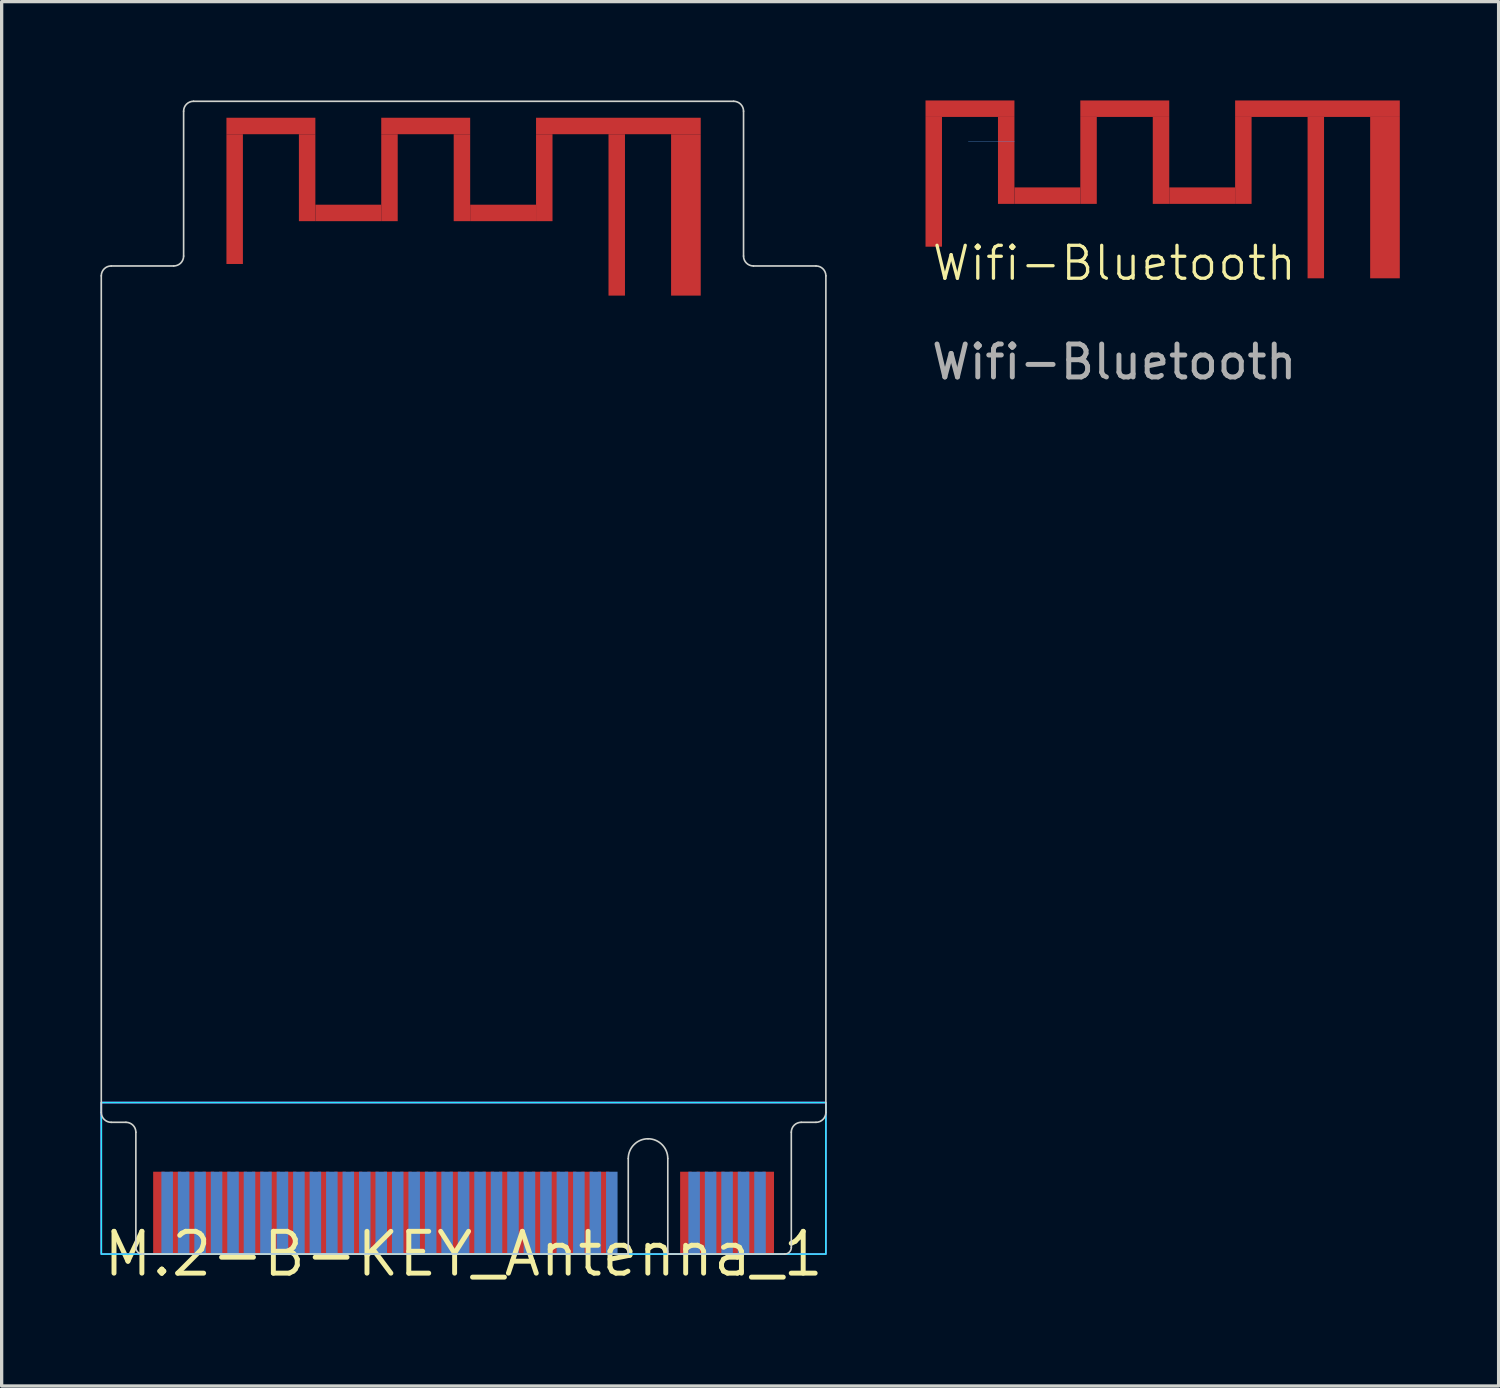
<source format=kicad_pcb>
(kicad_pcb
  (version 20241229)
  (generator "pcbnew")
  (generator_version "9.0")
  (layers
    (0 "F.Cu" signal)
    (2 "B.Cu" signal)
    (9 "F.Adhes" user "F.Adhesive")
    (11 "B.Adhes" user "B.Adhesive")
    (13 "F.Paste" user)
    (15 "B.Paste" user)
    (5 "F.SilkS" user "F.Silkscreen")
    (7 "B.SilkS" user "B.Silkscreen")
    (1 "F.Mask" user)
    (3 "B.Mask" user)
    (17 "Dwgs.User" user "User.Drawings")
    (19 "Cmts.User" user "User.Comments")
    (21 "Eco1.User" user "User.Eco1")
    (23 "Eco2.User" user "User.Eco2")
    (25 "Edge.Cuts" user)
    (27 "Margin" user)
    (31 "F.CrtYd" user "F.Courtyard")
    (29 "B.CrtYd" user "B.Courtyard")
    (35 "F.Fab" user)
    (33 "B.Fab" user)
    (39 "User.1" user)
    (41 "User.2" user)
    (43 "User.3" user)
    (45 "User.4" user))
  (footprint "Wifi-Bluetooth"
    (layer "F.Cu")
    (at 30.78 5.44)
    (property "Reference" "Wifi-Bluetooth" (at 0 -0.5 0) (unlocked yes) (layer "F.SilkS") (effects (font (size 1 1) (thickness 0.1))))
    (attr smd)
    (fp_line (start -4.43 -4.19) (end -3.03 -4.19) (stroke (width 0.01) (type default)) (layer "Cmts.User"))
    (fp_text user "${REFERENCE}" (at 0 2.5 0) (unlocked yes) (layer "F.Fab") (effects (font (size 1 1) (thickness 0.15))))
    (pad "1" smd rect (at 8.22 -2.49) (size 0.9 4.9) (layers "F.Cu"))
    (pad "2" smd rect (at -5.48 -2.97 270) (size 3.94 0.5) (layers "F.Cu"))
    (pad "2" smd rect (at -4.38 -5.19 270) (size 0.5 2.7) (layers "F.Cu"))
    (pad "2" smd rect (at -3.28 -3.62) (size 0.5 2.64) (layers "F.Cu"))
    (pad "2" smd rect (at -2.03 -2.55) (size 2 0.5) (layers "F.Cu"))
    (pad "2" smd rect (at -0.78 -3.62) (size 0.5 2.64) (layers "F.Cu"))
    (pad "2" smd rect (at 0.32 -5.19 270) (size 0.5 2.7) (layers "F.Cu"))
    (pad "2" smd rect (at 1.42 -3.62) (size 0.5 2.64) (layers "F.Cu"))
    (pad "2" smd rect (at 2.67 -2.55) (size 2 0.5) (layers "F.Cu"))
    (pad "2" smd rect (at 3.92 -3.62) (size 0.5 2.64) (layers "F.Cu"))
    (pad "2" smd rect (at 6.12 -2.49) (size 0.5 4.9) (layers "F.Cu"))
    (pad "2" smd rect (at 6.17 -5.19 270) (size 0.5 5) (layers "F.Cu")))
  (footprint "M.2-B-KEY_Antenna_1"
    (layer "F.Cu")
    (at 11.025 35.025)
    (property "Reference" "M.2-B-KEY_Antenna_1" (at 0 0 0) (layer "F.SilkS") (effects (font (size 1.27 1.27) (thickness 0.15))))
    (attr through_hole)
    (fp_line (start -11 -4.3) (end -11 -29.7) (stroke (width 0.05) (type default)) (layer "Edge.Cuts"))
    (fp_line (start -10.7 -30) (end -8.8 -30) (stroke (width 0.05) (type default)) (layer "Edge.Cuts"))
    (fp_line (start -10.7 -4) (end -10.25 -4) (stroke (width 0.05) (type default)) (layer "Edge.Cuts"))
    (fp_line (start -9.95 -3.7) (end -9.95 -0.2) (stroke (width 0.05) (type solid)) (layer "Edge.Cuts"))
    (fp_line (start -9.75 0) (end 5 0) (stroke (width 0.05) (type solid)) (layer "Edge.Cuts"))
    (fp_line (start -8.5 -34.7) (end -8.5 -30.3) (stroke (width 0.05) (type default)) (layer "Edge.Cuts"))
    (fp_line (start -8.2 -35) (end 8.2 -35) (stroke (width 0.05) (type default)) (layer "Edge.Cuts"))
    (fp_line (start 5 -2.9) (end 5 0) (stroke (width 0.05) (type solid)) (layer "Edge.Cuts"))
    (fp_line (start 6.2 -2.9) (end 6.2 0) (stroke (width 0.05) (type solid)) (layer "Edge.Cuts"))
    (fp_line (start 6.2 0) (end 9.75 0) (stroke (width 0.05) (type solid)) (layer "Edge.Cuts"))
    (fp_line (start 8.5 -34.7) (end 8.5 -30.3) (stroke (width 0.05) (type default)) (layer "Edge.Cuts"))
    (fp_line (start 8.8 -30) (end 10.7 -30) (stroke (width 0.05) (type default)) (layer "Edge.Cuts"))
    (fp_line (start 9.95 -0.2) (end 9.95 -3.7) (stroke (width 0.05) (type solid)) (layer "Edge.Cuts"))
    (fp_line (start 10.25 -4) (end 10.7 -4) (stroke (width 0.05) (type default)) (layer "Edge.Cuts"))
    (fp_line (start 11 -4.3) (end 11 -29.7) (stroke (width 0.05) (type default)) (layer "Edge.Cuts"))
    (fp_arc (start -11 -29.7) (mid -10.912132 -29.912132) (end -10.7 -30) (stroke (width 0.05) (type default)) (layer "Edge.Cuts"))
    (fp_arc (start -10.7 -4) (mid -10.912132 -4.087868) (end -11 -4.3) (stroke (width 0.05) (type default)) (layer "Edge.Cuts"))
    (fp_arc (start -10.25 -4) (mid -10.037868 -3.912132) (end -9.95 -3.7) (stroke (width 0.05) (type default)) (layer "Edge.Cuts"))
    (fp_arc (start -9.75 0) (mid -9.891421 -0.058579) (end -9.95 -0.2) (stroke (width 0.05) (type solid)) (layer "Edge.Cuts"))
    (fp_arc (start -8.5 -34.7) (mid -8.412132 -34.912132) (end -8.2 -35) (stroke (width 0.05) (type default)) (layer "Edge.Cuts"))
    (fp_arc (start -8.5 -30.3) (mid -8.587868 -30.087868) (end -8.8 -30) (stroke (width 0.05) (type default)) (layer "Edge.Cuts"))
    (fp_arc (start 5 -2.9) (mid 5.175736 -3.324264) (end 5.6 -3.5) (stroke (width 0.05) (type solid)) (layer "Edge.Cuts"))
    (fp_arc (start 5.6 -3.5) (mid 6.024264 -3.324264) (end 6.2 -2.9) (stroke (width 0.05) (type solid)) (layer "Edge.Cuts"))
    (fp_arc (start 8.2 -35) (mid 8.412132 -34.912132) (end 8.5 -34.7) (stroke (width 0.05) (type default)) (layer "Edge.Cuts"))
    (fp_arc (start 8.8 -30) (mid 8.587868 -30.087868) (end 8.5 -30.3) (stroke (width 0.05) (type default)) (layer "Edge.Cuts"))
    (fp_arc (start 9.95 -3.7) (mid 10.037868 -3.912132) (end 10.25 -4) (stroke (width 0.05) (type default)) (layer "Edge.Cuts"))
    (fp_arc (start 9.95 -0.2) (mid 9.891421 -0.058579) (end 9.75 0) (stroke (width 0.05) (type solid)) (layer "Edge.Cuts"))
    (fp_arc (start 10.7 -30) (mid 10.912132 -29.912132) (end 11 -29.7) (stroke (width 0.05) (type default)) (layer "Edge.Cuts"))
    (fp_arc (start 11 -4.3) (mid 10.912132 -4.087868) (end 10.7 -4) (stroke (width 0.05) (type default)) (layer "Edge.Cuts"))
    (fp_rect (start -11 -4.6) (end 11 0) (stroke (width 0.05) (type default)) (fill no) (layer "B.CrtYd"))
    (fp_rect (start -11 -4.6) (end 11 0) (stroke (width 0.05) (type default)) (fill no) (layer "F.CrtYd"))
    (fp_rect (start -11 -29.6) (end 11 -24.6) (stroke (width 0.01) (type default)) (fill no) (layer "User.2"))
    (pad "1" smd rect (at 9.25 -1.25) (size 0.35 2.5) (layers "F.Cu" "F.Mask" "F.Paste"))
    (pad "2" smd rect (at 9 -1.25) (size 0.35 2.5) (layers "B.Cu" "B.Mask" "B.Paste"))
    (pad "3" smd rect (at 8.75 -1.25) (size 0.35 2.5) (layers "F.Cu" "F.Mask" "F.Paste"))
    (pad "4" smd rect (at 8.5 -1.25) (size 0.35 2.5) (layers "B.Cu" "B.Mask" "B.Paste"))
    (pad "5" smd rect (at 8.25 -1.25) (size 0.35 2.5) (layers "F.Cu" "F.Mask" "F.Paste"))
    (pad "6" smd rect (at 8 -1.25) (size 0.35 2.5) (layers "B.Cu" "B.Mask" "B.Paste"))
    (pad "7" smd rect (at 7.75 -1.25) (size 0.35 2.5) (layers "F.Cu" "F.Mask" "F.Paste"))
    (pad "8" smd rect (at 7.5 -1.25) (size 0.35 2.5) (layers "B.Cu" "B.Mask" "B.Paste"))
    (pad "9" smd rect (at 7.25 -1.25) (size 0.35 2.5) (layers "F.Cu" "F.Mask" "F.Paste"))
    (pad "10" smd rect (at 7 -1.25) (size 0.35 2.5) (layers "B.Cu" "B.Mask" "B.Paste"))
    (pad "11" smd rect (at 6.75 -1.25) (size 0.35 2.5) (layers "F.Cu" "F.Mask" "F.Paste"))
    (pad "20" smd rect (at 4.5 -1.25) (size 0.35 2.5) (layers "B.Cu" "B.Mask" "B.Paste"))
    (pad "21" smd rect (at 4.25 -1.25) (size 0.35 2.5) (layers "F.Cu" "F.Mask" "F.Paste"))
    (pad "22" smd rect (at 4 -1.25) (size 0.35 2.5) (layers "B.Cu" "B.Mask" "B.Paste"))
    (pad "23" smd rect (at 3.75 -1.25) (size 0.35 2.5) (layers "F.Cu" "F.Mask" "F.Paste"))
    (pad "24" smd rect (at 3.5 -1.25) (size 0.35 2.5) (layers "B.Cu" "B.Mask" "B.Paste"))
    (pad "25" smd rect (at 3.25 -1.25) (size 0.35 2.5) (layers "F.Cu" "F.Mask" "F.Paste"))
    (pad "26" smd rect (at 3 -1.25) (size 0.35 2.5) (layers "B.Cu" "B.Mask" "B.Paste"))
    (pad "27" smd rect (at 2.75 -1.25) (size 0.35 2.5) (layers "F.Cu" "F.Mask" "F.Paste"))
    (pad "28" smd rect (at 2.5 -1.25) (size 0.35 2.5) (layers "B.Cu" "B.Mask" "B.Paste"))
    (pad "29" smd rect (at 2.25 -1.25) (size 0.35 2.5) (layers "F.Cu" "F.Mask" "F.Paste"))
    (pad "30" smd rect (at 2 -1.25) (size 0.35 2.5) (layers "B.Cu" "B.Mask" "B.Paste"))
    (pad "31" smd rect (at 1.75 -1.25) (size 0.35 2.5) (layers "F.Cu" "F.Mask" "F.Paste"))
    (pad "32" smd rect (at 1.5 -1.25) (size 0.35 2.5) (layers "B.Cu" "B.Mask" "B.Paste"))
    (pad "33" smd rect (at 1.25 -1.25) (size 0.35 2.5) (layers "F.Cu" "F.Mask" "F.Paste"))
    (pad "34" smd rect (at 1 -1.25) (size 0.35 2.5) (layers "B.Cu" "B.Mask" "B.Paste"))
    (pad "35" smd rect (at 0.75 -1.25) (size 0.35 2.5) (layers "F.Cu" "F.Mask" "F.Paste"))
    (pad "36" smd rect (at 0.5 -1.25) (size 0.35 2.5) (layers "B.Cu" "B.Mask" "B.Paste"))
    (pad "37" smd rect (at 0.25 -1.25) (size 0.35 2.5) (layers "F.Cu" "F.Mask" "F.Paste"))
    (pad "38" smd rect (at 0 -1.25) (size 0.35 2.5) (layers "B.Cu" "B.Mask" "B.Paste"))
    (pad "39" smd rect (at -0.25 -1.25) (size 0.35 2.5) (layers "F.Cu" "F.Mask" "F.Paste"))
    (pad "40" smd rect (at -0.5 -1.25) (size 0.35 2.5) (layers "B.Cu" "B.Mask" "B.Paste"))
    (pad "41" smd rect (at -0.75 -1.25) (size 0.35 2.5) (layers "F.Cu" "F.Mask" "F.Paste"))
    (pad "42" smd rect (at -1 -1.25) (size 0.35 2.5) (layers "B.Cu" "B.Mask" "B.Paste"))
    (pad "43" smd rect (at -1.25 -1.25) (size 0.35 2.5) (layers "F.Cu" "F.Mask" "F.Paste"))
    (pad "44" smd rect (at -1.5 -1.25) (size 0.35 2.5) (layers "B.Cu" "B.Mask" "B.Paste"))
    (pad "45" smd rect (at -1.75 -1.25) (size 0.35 2.5) (layers "F.Cu" "F.Mask" "F.Paste"))
    (pad "46" smd rect (at -2 -1.25) (size 0.35 2.5) (layers "B.Cu" "B.Mask" "B.Paste"))
    (pad "47" smd rect (at -2.25 -1.25) (size 0.35 2.5) (layers "F.Cu" "F.Mask" "F.Paste"))
    (pad "48" smd rect (at -2.5 -1.25) (size 0.35 2.5) (layers "B.Cu" "B.Mask" "B.Paste"))
    (pad "49" smd rect (at -2.75 -1.25) (size 0.35 2.5) (layers "F.Cu" "F.Mask" "F.Paste"))
    (pad "50" smd rect (at -3 -1.25) (size 0.35 2.5) (layers "B.Cu" "B.Mask" "B.Paste"))
    (pad "51" smd rect (at -3.25 -1.25) (size 0.35 2.5) (layers "F.Cu" "F.Mask" "F.Paste"))
    (pad "52" smd rect (at -3.5 -1.25) (size 0.35 2.5) (layers "B.Cu" "B.Mask" "B.Paste"))
    (pad "53" smd rect (at -3.75 -1.25) (size 0.35 2.5) (layers "F.Cu" "F.Mask" "F.Paste"))
    (pad "54" smd rect (at -4 -1.25) (size 0.35 2.5) (layers "B.Cu" "B.Mask" "B.Paste"))
    (pad "55" smd rect (at -4.25 -1.25) (size 0.35 2.5) (layers "F.Cu" "F.Mask" "F.Paste"))
    (pad "56" smd rect (at -4.5 -1.25) (size 0.35 2.5) (layers "B.Cu" "B.Mask" "B.Paste"))
    (pad "57" smd rect (at -4.75 -1.25) (size 0.35 2.5) (layers "F.Cu" "F.Mask" "F.Paste"))
    (pad "58" smd rect (at -5 -1.25) (size 0.35 2.5) (layers "B.Cu" "B.Mask" "B.Paste"))
    (pad "59" smd rect (at -5.25 -1.25) (size 0.35 2.5) (layers "F.Cu" "F.Mask" "F.Paste"))
    (pad "60" smd rect (at -5.5 -1.25) (size 0.35 2.5) (layers "B.Cu" "B.Mask" "B.Paste"))
    (pad "61" smd rect (at -5.75 -1.25) (size 0.35 2.5) (layers "F.Cu" "F.Mask" "F.Paste"))
    (pad "62" smd rect (at -6 -1.25) (size 0.35 2.5) (layers "B.Cu" "B.Mask" "B.Paste"))
    (pad "63" smd rect (at -6.25 -1.25) (size 0.35 2.5) (layers "F.Cu" "F.Mask" "F.Paste"))
    (pad "64" smd rect (at -6.5 -1.25) (size 0.35 2.5) (layers "B.Cu" "B.Mask" "B.Paste"))
    (pad "65" smd rect (at -6.75 -1.25) (size 0.35 2.5) (layers "F.Cu" "F.Mask" "F.Paste"))
    (pad "66" smd rect (at -7 -1.25) (size 0.35 2.5) (layers "B.Cu" "B.Mask" "B.Paste"))
    (pad "67" smd rect (at -7.25 -1.25) (size 0.35 2.5) (layers "F.Cu" "F.Mask" "F.Paste"))
    (pad "68" smd rect (at -7.5 -1.25) (size 0.35 2.5) (layers "B.Cu" "B.Mask" "B.Paste"))
    (pad "69" smd rect (at -7.75 -1.25) (size 0.35 2.5) (layers "F.Cu" "F.Mask" "F.Paste"))
    (pad "70" smd rect (at -8 -1.25) (size 0.35 2.5) (layers "B.Cu" "B.Mask" "B.Paste"))
    (pad "71" smd rect (at -8.25 -1.25) (size 0.35 2.5) (layers "F.Cu" "F.Mask" "F.Paste"))
    (pad "72" smd rect (at -8.5 -1.25) (size 0.35 2.5) (layers "B.Cu" "B.Mask" "B.Paste"))
    (pad "73" smd rect (at -8.75 -1.25) (size 0.35 2.5) (layers "F.Cu" "F.Mask" "F.Paste"))
    (pad "74" smd rect (at -9 -1.25) (size 0.35 2.5) (layers "B.Cu" "B.Mask" "B.Paste"))
    (pad "75" smd rect (at -9.25 -1.25) (size 0.35 2.5) (layers "F.Cu" "F.Mask" "F.Paste"))
    (pad "GND" smd rect (at 6.75 -31.55) (size 0.9 4.9) (layers "F.Cu"))
    (pad "RF0" smd rect (at -6.95 -32.03 270) (size 3.94 0.5) (layers "F.Cu"))
    (pad "RF0" smd rect (at -5.85 -34.25 270) (size 0.5 2.7) (layers "F.Cu"))
    (pad "RF0" smd rect (at -4.75 -32.68) (size 0.5 2.64) (layers "F.Cu"))
    (pad "RF0" smd rect (at -3.5 -31.61) (size 2 0.5) (layers "F.Cu"))
    (pad "RF0" smd rect (at -2.25 -32.68) (size 0.5 2.64) (layers "F.Cu"))
    (pad "RF0" smd rect (at -1.15 -34.25 270) (size 0.5 2.7) (layers "F.Cu"))
    (pad "RF0" smd rect (at -0.05 -32.68) (size 0.5 2.64) (layers "F.Cu"))
    (pad "RF0" smd rect (at 1.2 -31.61) (size 2 0.5) (layers "F.Cu"))
    (pad "RF0" smd rect (at 2.45 -32.68) (size 0.5 2.64) (layers "F.Cu"))
    (pad "RF0" smd rect (at 4.65 -31.55) (size 0.5 4.9) (layers "F.Cu"))
    (pad "RF0" smd rect (at 4.7 -34.25 270) (size 0.5 5) (layers "F.Cu")))
  (gr_rect
    (start -3 -3)
    (end 42.45 39.031)
    (stroke (width 0.1) (type default))
    (fill no)
    (layer "Edge.Cuts")))
</source>
